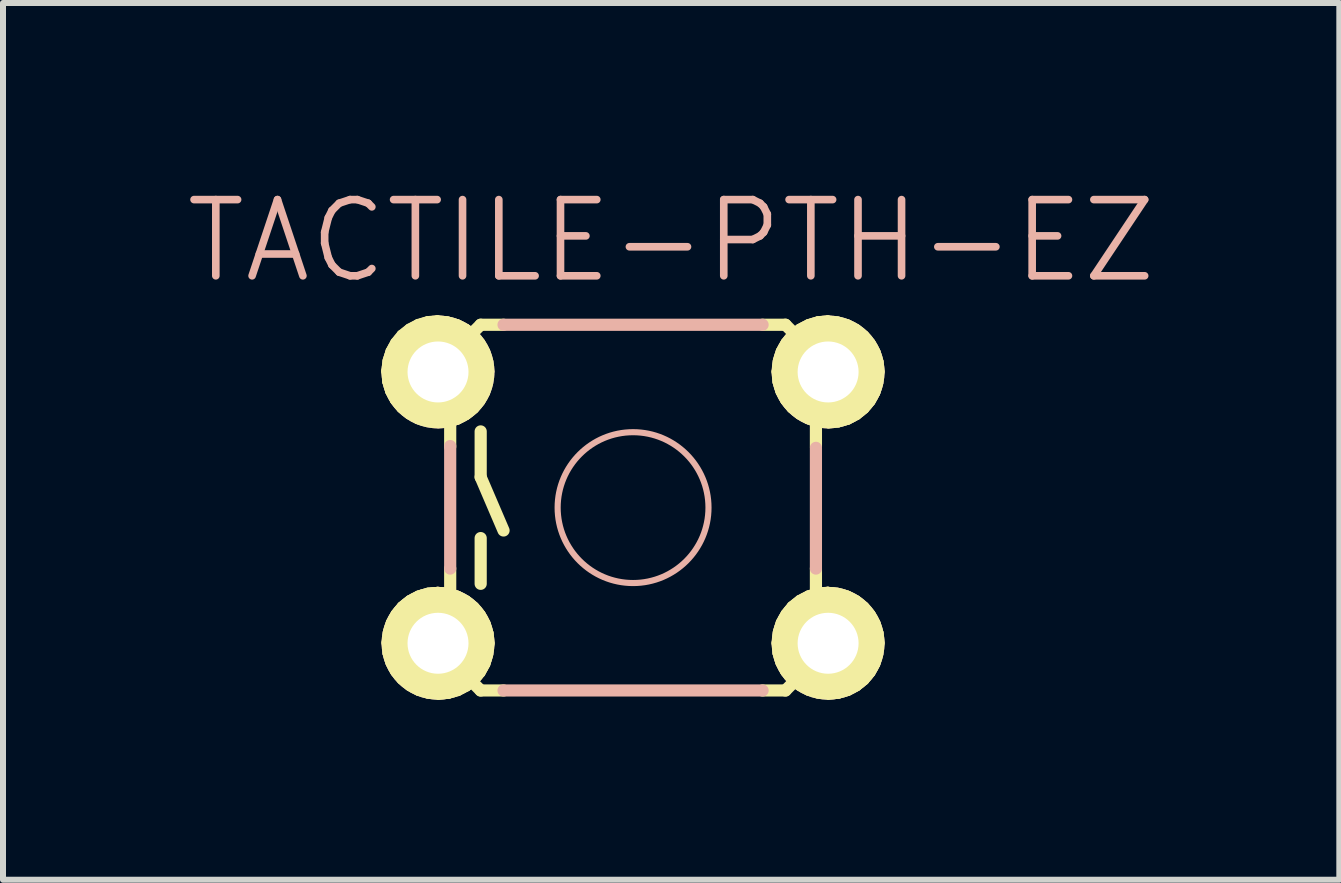
<source format=kicad_pcb>
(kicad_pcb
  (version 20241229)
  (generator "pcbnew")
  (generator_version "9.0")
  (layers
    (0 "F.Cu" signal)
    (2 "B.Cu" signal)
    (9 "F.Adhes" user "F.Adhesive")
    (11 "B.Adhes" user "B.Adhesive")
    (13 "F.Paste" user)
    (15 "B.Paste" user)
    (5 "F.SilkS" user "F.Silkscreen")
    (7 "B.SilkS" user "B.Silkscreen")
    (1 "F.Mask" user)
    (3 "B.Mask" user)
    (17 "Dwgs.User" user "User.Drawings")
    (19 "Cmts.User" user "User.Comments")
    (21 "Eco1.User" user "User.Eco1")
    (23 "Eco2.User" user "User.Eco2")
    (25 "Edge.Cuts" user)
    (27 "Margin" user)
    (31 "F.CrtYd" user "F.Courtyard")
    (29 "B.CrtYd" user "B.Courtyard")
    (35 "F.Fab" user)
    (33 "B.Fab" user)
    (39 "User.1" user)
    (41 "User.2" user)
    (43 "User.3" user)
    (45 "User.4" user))
  (footprint "TACTILE-PTH-EZ"
    (layer "F.Cu")
    (at 7.502 5.411)
    (property "Reference" "TACTILE-PTH-EZ" (at 0.635 -4.445 0) (layer "B.SilkS") (effects (font (size 1.27 1.27) (thickness 0.127))))
    (attr exclude_from_pos_files exclude_from_bom)
    (fp_line (start -4.133 -2.286) (end -4.133 -2.266) (stroke (width 0.127) (type solid)) (layer "F.SilkS"))
    (fp_line (start -4.133 -2.266) (end -4.117 -2.093) (stroke (width 0.127) (type solid)) (layer "F.SilkS"))
    (fp_line (start -4.128 2.24) (end -4.128 2.261) (stroke (width 0.127) (type solid)) (layer "F.SilkS"))
    (fp_line (start -4.128 2.261) (end -4.112 2.433) (stroke (width 0.127) (type solid)) (layer "F.SilkS"))
    (fp_line (start -4.117 -2.093) (end -4.067 -1.93) (stroke (width 0.127) (type solid)) (layer "F.SilkS"))
    (fp_line (start -4.112 -2.454) (end -4.133 -2.286) (stroke (width 0.127) (type solid)) (layer "F.SilkS"))
    (fp_line (start -4.112 2.433) (end -4.061 2.596) (stroke (width 0.127) (type solid)) (layer "F.SilkS"))
    (fp_line (start -4.107 2.073) (end -4.128 2.24) (stroke (width 0.127) (type solid)) (layer "F.SilkS"))
    (fp_line (start -4.067 -1.93) (end -3.985 -1.778) (stroke (width 0.127) (type solid)) (layer "F.SilkS"))
    (fp_line (start -4.061 -2.616) (end -4.112 -2.454) (stroke (width 0.127) (type solid)) (layer "F.SilkS"))
    (fp_line (start -4.061 2.596) (end -3.98 2.748) (stroke (width 0.127) (type solid)) (layer "F.SilkS"))
    (fp_line (start -4.056 1.91) (end -4.107 2.073) (stroke (width 0.127) (type solid)) (layer "F.SilkS"))
    (fp_line (start -3.985 -1.778) (end -3.876 -1.646) (stroke (width 0.127) (type solid)) (layer "F.SilkS"))
    (fp_line (start -3.98 -2.764) (end -4.061 -2.616) (stroke (width 0.127) (type solid)) (layer "F.SilkS"))
    (fp_line (start -3.98 2.748) (end -3.871 2.88) (stroke (width 0.127) (type solid)) (layer "F.SilkS"))
    (fp_line (start -3.975 1.763) (end -4.056 1.91) (stroke (width 0.127) (type solid)) (layer "F.SilkS"))
    (fp_line (start -3.876 -1.646) (end -3.741 -1.537) (stroke (width 0.127) (type solid)) (layer "F.SilkS"))
    (fp_line (start -3.873 -2.896) (end -3.98 -2.764) (stroke (width 0.127) (type solid)) (layer "F.SilkS"))
    (fp_line (start -3.871 2.88) (end -3.736 2.99) (stroke (width 0.127) (type solid)) (layer "F.SilkS"))
    (fp_line (start -3.868 1.631) (end -3.975 1.763) (stroke (width 0.127) (type solid)) (layer "F.SilkS"))
    (fp_line (start -3.741 -1.537) (end -3.592 -1.455) (stroke (width 0.127) (type solid)) (layer "F.SilkS"))
    (fp_line (start -3.739 -3.002) (end -3.873 -2.896) (stroke (width 0.127) (type solid)) (layer "F.SilkS"))
    (fp_line (start -3.736 2.99) (end -3.586 3.071) (stroke (width 0.127) (type solid)) (layer "F.SilkS"))
    (fp_line (start -3.734 1.524) (end -3.868 1.631) (stroke (width 0.127) (type solid)) (layer "F.SilkS"))
    (fp_line (start -3.688 -2.273) (end -3.688 -2.263) (stroke (width 0.127) (type solid)) (layer "F.SilkS"))
    (fp_line (start -3.688 -2.263) (end -3.678 -2.164) (stroke (width 0.127) (type solid)) (layer "F.SilkS"))
    (fp_line (start -3.683 2.253) (end -3.683 2.263) (stroke (width 0.127) (type solid)) (layer "F.SilkS"))
    (fp_line (start -3.683 2.263) (end -3.673 2.362) (stroke (width 0.127) (type solid)) (layer "F.SilkS"))
    (fp_line (start -3.678 -2.164) (end -3.645 -2.073) (stroke (width 0.127) (type solid)) (layer "F.SilkS"))
    (fp_line (start -3.675 -2.367) (end -3.688 -2.273) (stroke (width 0.127) (type solid)) (layer "F.SilkS"))
    (fp_line (start -3.673 2.362) (end -3.64 2.454) (stroke (width 0.127) (type solid)) (layer "F.SilkS"))
    (fp_line (start -3.67 2.159) (end -3.683 2.253) (stroke (width 0.127) (type solid)) (layer "F.SilkS"))
    (fp_line (start -3.645 -2.459) (end -3.675 -2.367) (stroke (width 0.127) (type solid)) (layer "F.SilkS"))
    (fp_line (start -3.645 -2.073) (end -3.594 -1.989) (stroke (width 0.127) (type solid)) (layer "F.SilkS"))
    (fp_line (start -3.64 2.068) (end -3.67 2.159) (stroke (width 0.127) (type solid)) (layer "F.SilkS"))
    (fp_line (start -3.64 2.454) (end -3.589 2.537) (stroke (width 0.127) (type solid)) (layer "F.SilkS"))
    (fp_line (start -3.594 -2.54) (end -3.645 -2.459) (stroke (width 0.127) (type solid)) (layer "F.SilkS"))
    (fp_line (start -3.594 -1.989) (end -3.526 -1.918) (stroke (width 0.127) (type solid)) (layer "F.SilkS"))
    (fp_line (start -3.592 -1.455) (end -3.426 -1.407) (stroke (width 0.127) (type solid)) (layer "F.SilkS"))
    (fp_line (start -3.589 -3.081) (end -3.739 -3.002) (stroke (width 0.127) (type solid)) (layer "F.SilkS"))
    (fp_line (start -3.589 1.986) (end -3.64 2.068) (stroke (width 0.127) (type solid)) (layer "F.SilkS"))
    (fp_line (start -3.589 2.537) (end -3.52 2.609) (stroke (width 0.127) (type solid)) (layer "F.SilkS"))
    (fp_line (start -3.586 3.071) (end -3.421 3.119) (stroke (width 0.127) (type solid)) (layer "F.SilkS"))
    (fp_line (start -3.584 1.445) (end -3.734 1.524) (stroke (width 0.127) (type solid)) (layer "F.SilkS"))
    (fp_line (start -3.526 -2.609) (end -3.594 -2.54) (stroke (width 0.127) (type solid)) (layer "F.SilkS"))
    (fp_line (start -3.526 -1.918) (end -3.444 -1.864) (stroke (width 0.127) (type solid)) (layer "F.SilkS"))
    (fp_line (start -3.52 1.918) (end -3.589 1.986) (stroke (width 0.127) (type solid)) (layer "F.SilkS"))
    (fp_line (start -3.52 2.609) (end -3.439 2.662) (stroke (width 0.127) (type solid)) (layer "F.SilkS"))
    (fp_line (start -3.444 -2.662) (end -3.526 -2.609) (stroke (width 0.127) (type solid)) (layer "F.SilkS"))
    (fp_line (start -3.444 -1.864) (end -3.353 -1.831) (stroke (width 0.127) (type solid)) (layer "F.SilkS"))
    (fp_line (start -3.439 1.864) (end -3.52 1.918) (stroke (width 0.127) (type solid)) (layer "F.SilkS"))
    (fp_line (start -3.439 2.662) (end -3.348 2.695) (stroke (width 0.127) (type solid)) (layer "F.SilkS"))
    (fp_line (start -3.426 -3.129) (end -3.589 -3.081) (stroke (width 0.127) (type solid)) (layer "F.SilkS"))
    (fp_line (start -3.426 -1.407) (end -3.256 -1.392) (stroke (width 0.127) (type solid)) (layer "F.SilkS"))
    (fp_line (start -3.421 1.397) (end -3.584 1.445) (stroke (width 0.127) (type solid)) (layer "F.SilkS"))
    (fp_line (start -3.421 3.119) (end -3.251 3.134) (stroke (width 0.127) (type solid)) (layer "F.SilkS"))
    (fp_line (start -3.353 -2.692) (end -3.444 -2.662) (stroke (width 0.127) (type solid)) (layer "F.SilkS"))
    (fp_line (start -3.353 -1.831) (end -3.254 -1.821) (stroke (width 0.127) (type solid)) (layer "F.SilkS"))
    (fp_line (start -3.348 1.834) (end -3.439 1.864) (stroke (width 0.127) (type solid)) (layer "F.SilkS"))
    (fp_line (start -3.348 2.695) (end -3.249 2.705) (stroke (width 0.127) (type solid)) (layer "F.SilkS"))
    (fp_line (start -3.264 -3.142) (end -3.259 -3.142) (stroke (width 0.127) (type solid)) (layer "F.SilkS"))
    (fp_line (start -3.259 -3.142) (end -3.426 -3.129) (stroke (width 0.127) (type solid)) (layer "F.SilkS"))
    (fp_line (start -3.259 -2.705) (end -3.353 -2.692) (stroke (width 0.127) (type solid)) (layer "F.SilkS"))
    (fp_line (start -3.259 1.384) (end -3.254 1.384) (stroke (width 0.127) (type solid)) (layer "F.SilkS"))
    (fp_line (start -3.256 -1.392) (end -3.249 -1.387) (stroke (width 0.127) (type solid)) (layer "F.SilkS"))
    (fp_line (start -3.254 -1.821) (end -3.226 -1.816) (stroke (width 0.127) (type solid)) (layer "F.SilkS"))
    (fp_line (start -3.254 1.384) (end -3.421 1.397) (stroke (width 0.127) (type solid)) (layer "F.SilkS"))
    (fp_line (start -3.254 1.821) (end -3.348 1.834) (stroke (width 0.127) (type solid)) (layer "F.SilkS"))
    (fp_line (start -3.251 3.134) (end -3.244 3.139) (stroke (width 0.127) (type solid)) (layer "F.SilkS"))
    (fp_line (start -3.249 -1.387) (end -3.078 -1.402) (stroke (width 0.127) (type solid)) (layer "F.SilkS"))
    (fp_line (start -3.249 2.705) (end -3.221 2.71) (stroke (width 0.127) (type solid)) (layer "F.SilkS"))
    (fp_line (start -3.246 -2.703) (end -3.259 -2.705) (stroke (width 0.127) (type solid)) (layer "F.SilkS"))
    (fp_line (start -3.244 3.139) (end -3.073 3.124) (stroke (width 0.127) (type solid)) (layer "F.SilkS"))
    (fp_line (start -3.241 1.824) (end -3.254 1.821) (stroke (width 0.127) (type solid)) (layer "F.SilkS"))
    (fp_line (start -3.226 -1.816) (end -3.129 -1.831) (stroke (width 0.127) (type solid)) (layer "F.SilkS"))
    (fp_line (start -3.221 2.71) (end -3.124 2.695) (stroke (width 0.127) (type solid)) (layer "F.SilkS"))
    (fp_line (start -3.147 -2.69) (end -3.246 -2.703) (stroke (width 0.127) (type solid)) (layer "F.SilkS"))
    (fp_line (start -3.142 1.836) (end -3.241 1.824) (stroke (width 0.127) (type solid)) (layer "F.SilkS"))
    (fp_line (start -3.129 -1.831) (end -3.038 -1.867) (stroke (width 0.127) (type solid)) (layer "F.SilkS"))
    (fp_line (start -3.124 2.695) (end -3.033 2.659) (stroke (width 0.127) (type solid)) (layer "F.SilkS"))
    (fp_line (start -3.094 -3.124) (end -3.264 -3.142) (stroke (width 0.127) (type solid)) (layer "F.SilkS"))
    (fp_line (start -3.089 1.402) (end -3.259 1.384) (stroke (width 0.127) (type solid)) (layer "F.SilkS"))
    (fp_line (start -3.078 -1.402) (end -2.918 -1.448) (stroke (width 0.127) (type solid)) (layer "F.SilkS"))
    (fp_line (start -3.073 3.124) (end -2.913 3.078) (stroke (width 0.127) (type solid)) (layer "F.SilkS"))
    (fp_line (start -3.056 -2.657) (end -3.147 -2.69) (stroke (width 0.127) (type solid)) (layer "F.SilkS"))
    (fp_line (start -3.051 1.869) (end -3.142 1.836) (stroke (width 0.127) (type solid)) (layer "F.SilkS"))
    (fp_line (start -3.048 -2.54) (end -3.048 -1.016) (stroke (width 0.203) (type solid)) (layer "F.SilkS"))
    (fp_line (start -3.048 2.54) (end -3.048 1.016) (stroke (width 0.203) (type solid)) (layer "F.SilkS"))
    (fp_line (start -3.038 -1.867) (end -2.959 -1.92) (stroke (width 0.127) (type solid)) (layer "F.SilkS"))
    (fp_line (start -3.033 2.659) (end -2.954 2.606) (stroke (width 0.127) (type solid)) (layer "F.SilkS"))
    (fp_line (start -2.972 -2.603) (end -3.056 -2.657) (stroke (width 0.127) (type solid)) (layer "F.SilkS"))
    (fp_line (start -2.967 1.923) (end -3.051 1.869) (stroke (width 0.127) (type solid)) (layer "F.SilkS"))
    (fp_line (start -2.959 -1.92) (end -2.893 -1.991) (stroke (width 0.127) (type solid)) (layer "F.SilkS"))
    (fp_line (start -2.954 2.606) (end -2.888 2.535) (stroke (width 0.127) (type solid)) (layer "F.SilkS"))
    (fp_line (start -2.926 -3.076) (end -3.094 -3.124) (stroke (width 0.127) (type solid)) (layer "F.SilkS"))
    (fp_line (start -2.921 1.45) (end -3.089 1.402) (stroke (width 0.127) (type solid)) (layer "F.SilkS"))
    (fp_line (start -2.918 -1.448) (end -2.769 -1.527) (stroke (width 0.127) (type solid)) (layer "F.SilkS"))
    (fp_line (start -2.913 3.078) (end -2.764 3) (stroke (width 0.127) (type solid)) (layer "F.SilkS"))
    (fp_line (start -2.903 -2.535) (end -2.972 -2.603) (stroke (width 0.127) (type solid)) (layer "F.SilkS"))
    (fp_line (start -2.898 1.991) (end -2.967 1.923) (stroke (width 0.127) (type solid)) (layer "F.SilkS"))
    (fp_line (start -2.893 -1.991) (end -2.845 -2.075) (stroke (width 0.127) (type solid)) (layer "F.SilkS"))
    (fp_line (start -2.888 2.535) (end -2.84 2.451) (stroke (width 0.127) (type solid)) (layer "F.SilkS"))
    (fp_line (start -2.85 -2.451) (end -2.903 -2.535) (stroke (width 0.127) (type solid)) (layer "F.SilkS"))
    (fp_line (start -2.845 -2.075) (end -2.814 -2.169) (stroke (width 0.127) (type solid)) (layer "F.SilkS"))
    (fp_line (start -2.845 2.075) (end -2.898 1.991) (stroke (width 0.127) (type solid)) (layer "F.SilkS"))
    (fp_line (start -2.84 2.451) (end -2.809 2.357) (stroke (width 0.127) (type solid)) (layer "F.SilkS"))
    (fp_line (start -2.819 -2.357) (end -2.85 -2.451) (stroke (width 0.127) (type solid)) (layer "F.SilkS"))
    (fp_line (start -2.814 -2.169) (end -2.809 -2.266) (stroke (width 0.127) (type solid)) (layer "F.SilkS"))
    (fp_line (start -2.814 2.169) (end -2.845 2.075) (stroke (width 0.127) (type solid)) (layer "F.SilkS"))
    (fp_line (start -2.809 -2.266) (end -2.809 -2.261) (stroke (width 0.127) (type solid)) (layer "F.SilkS"))
    (fp_line (start -2.809 -2.261) (end -2.819 -2.357) (stroke (width 0.127) (type solid)) (layer "F.SilkS"))
    (fp_line (start -2.809 2.357) (end -2.804 2.261) (stroke (width 0.127) (type solid)) (layer "F.SilkS"))
    (fp_line (start -2.804 2.261) (end -2.804 2.266) (stroke (width 0.127) (type solid)) (layer "F.SilkS"))
    (fp_line (start -2.804 2.266) (end -2.814 2.169) (stroke (width 0.127) (type solid)) (layer "F.SilkS"))
    (fp_line (start -2.774 -2.997) (end -2.926 -3.076) (stroke (width 0.127) (type solid)) (layer "F.SilkS"))
    (fp_line (start -2.769 -1.527) (end -2.637 -1.633) (stroke (width 0.127) (type solid)) (layer "F.SilkS"))
    (fp_line (start -2.769 1.529) (end -2.921 1.45) (stroke (width 0.127) (type solid)) (layer "F.SilkS"))
    (fp_line (start -2.764 3) (end -2.631 2.893) (stroke (width 0.127) (type solid)) (layer "F.SilkS"))
    (fp_line (start -2.639 -2.888) (end -2.774 -2.997) (stroke (width 0.127) (type solid)) (layer "F.SilkS"))
    (fp_line (start -2.637 -1.633) (end -2.53 -1.763) (stroke (width 0.127) (type solid)) (layer "F.SilkS"))
    (fp_line (start -2.634 1.638) (end -2.769 1.529) (stroke (width 0.127) (type solid)) (layer "F.SilkS"))
    (fp_line (start -2.631 2.893) (end -2.525 2.764) (stroke (width 0.127) (type solid)) (layer "F.SilkS"))
    (fp_line (start -2.54 -3.048) (end -3.048 -2.54) (stroke (width 0.203) (type solid)) (layer "F.SilkS"))
    (fp_line (start -2.54 -3.048) (end -2.159 -3.048) (stroke (width 0.203) (type solid)) (layer "F.SilkS"))
    (fp_line (start -2.54 -1.27) (end -2.54 -0.508) (stroke (width 0.203) (type solid)) (layer "F.SilkS"))
    (fp_line (start -2.54 -0.508) (end -2.159 0.381) (stroke (width 0.203) (type solid)) (layer "F.SilkS"))
    (fp_line (start -2.54 0.508) (end -2.54 1.27) (stroke (width 0.203) (type solid)) (layer "F.SilkS"))
    (fp_line (start -2.54 3.048) (end -3.048 2.54) (stroke (width 0.203) (type solid)) (layer "F.SilkS"))
    (fp_line (start -2.54 3.048) (end -2.159 3.048) (stroke (width 0.203) (type solid)) (layer "F.SilkS"))
    (fp_line (start -2.53 -2.756) (end -2.639 -2.888) (stroke (width 0.127) (type solid)) (layer "F.SilkS"))
    (fp_line (start -2.53 -1.763) (end -2.449 -1.91) (stroke (width 0.127) (type solid)) (layer "F.SilkS"))
    (fp_line (start -2.525 1.77) (end -2.634 1.638) (stroke (width 0.127) (type solid)) (layer "F.SilkS"))
    (fp_line (start -2.525 2.764) (end -2.443 2.616) (stroke (width 0.127) (type solid)) (layer "F.SilkS"))
    (fp_line (start -2.449 -1.91) (end -2.4 -2.073) (stroke (width 0.127) (type solid)) (layer "F.SilkS"))
    (fp_line (start -2.446 -2.603) (end -2.53 -2.756) (stroke (width 0.127) (type solid)) (layer "F.SilkS"))
    (fp_line (start -2.443 2.616) (end -2.395 2.454) (stroke (width 0.127) (type solid)) (layer "F.SilkS"))
    (fp_line (start -2.441 1.923) (end -2.525 1.77) (stroke (width 0.127) (type solid)) (layer "F.SilkS"))
    (fp_line (start -2.4 -2.073) (end -2.383 -2.24) (stroke (width 0.127) (type solid)) (layer "F.SilkS"))
    (fp_line (start -2.395 -2.438) (end -2.446 -2.603) (stroke (width 0.127) (type solid)) (layer "F.SilkS"))
    (fp_line (start -2.395 2.454) (end -2.377 2.286) (stroke (width 0.127) (type solid)) (layer "F.SilkS"))
    (fp_line (start -2.39 2.088) (end -2.441 1.923) (stroke (width 0.127) (type solid)) (layer "F.SilkS"))
    (fp_line (start -2.383 -2.24) (end -2.377 -2.268) (stroke (width 0.127) (type solid)) (layer "F.SilkS"))
    (fp_line (start -2.377 -2.268) (end -2.395 -2.438) (stroke (width 0.127) (type solid)) (layer "F.SilkS"))
    (fp_line (start -2.377 2.286) (end -2.372 2.258) (stroke (width 0.127) (type solid)) (layer "F.SilkS"))
    (fp_line (start -2.372 2.258) (end -2.39 2.088) (stroke (width 0.127) (type solid)) (layer "F.SilkS"))
    (fp_line (start 2.372 -2.263) (end 2.388 -2.09) (stroke (width 0.127) (type solid)) (layer "F.SilkS"))
    (fp_line (start 2.372 2.261) (end 2.388 2.431) (stroke (width 0.127) (type solid)) (layer "F.SilkS"))
    (fp_line (start 2.375 -2.283) (end 2.372 -2.263) (stroke (width 0.127) (type solid)) (layer "F.SilkS"))
    (fp_line (start 2.375 2.24) (end 2.372 2.261) (stroke (width 0.127) (type solid)) (layer "F.SilkS"))
    (fp_line (start 2.388 -2.09) (end 2.438 -1.928) (stroke (width 0.127) (type solid)) (layer "F.SilkS"))
    (fp_line (start 2.388 2.431) (end 2.438 2.593) (stroke (width 0.127) (type solid)) (layer "F.SilkS"))
    (fp_line (start 2.393 -2.451) (end 2.375 -2.283) (stroke (width 0.127) (type solid)) (layer "F.SilkS"))
    (fp_line (start 2.393 2.07) (end 2.375 2.24) (stroke (width 0.127) (type solid)) (layer "F.SilkS"))
    (fp_line (start 2.438 -1.928) (end 2.52 -1.775) (stroke (width 0.127) (type solid)) (layer "F.SilkS"))
    (fp_line (start 2.438 2.593) (end 2.52 2.746) (stroke (width 0.127) (type solid)) (layer "F.SilkS"))
    (fp_line (start 2.443 -2.614) (end 2.393 -2.451) (stroke (width 0.127) (type solid)) (layer "F.SilkS"))
    (fp_line (start 2.443 1.908) (end 2.393 2.07) (stroke (width 0.127) (type solid)) (layer "F.SilkS"))
    (fp_line (start 2.52 -1.775) (end 2.629 -1.643) (stroke (width 0.127) (type solid)) (layer "F.SilkS"))
    (fp_line (start 2.52 2.746) (end 2.629 2.878) (stroke (width 0.127) (type solid)) (layer "F.SilkS"))
    (fp_line (start 2.525 -2.761) (end 2.443 -2.614) (stroke (width 0.127) (type solid)) (layer "F.SilkS"))
    (fp_line (start 2.525 1.76) (end 2.443 1.908) (stroke (width 0.127) (type solid)) (layer "F.SilkS"))
    (fp_line (start 2.54 -3.048) (end 2.159 -3.048) (stroke (width 0.203) (type solid)) (layer "F.SilkS"))
    (fp_line (start 2.54 3.048) (end 2.159 3.048) (stroke (width 0.203) (type solid)) (layer "F.SilkS"))
    (fp_line (start 2.54 3.048) (end 3.048 2.54) (stroke (width 0.203) (type solid)) (layer "F.SilkS"))
    (fp_line (start 2.629 -1.643) (end 2.764 -1.534) (stroke (width 0.127) (type solid)) (layer "F.SilkS"))
    (fp_line (start 2.629 2.878) (end 2.764 2.987) (stroke (width 0.127) (type solid)) (layer "F.SilkS"))
    (fp_line (start 2.631 -2.893) (end 2.525 -2.761) (stroke (width 0.127) (type solid)) (layer "F.SilkS"))
    (fp_line (start 2.631 1.628) (end 2.525 1.76) (stroke (width 0.127) (type solid)) (layer "F.SilkS"))
    (fp_line (start 2.764 -1.534) (end 2.913 -1.453) (stroke (width 0.127) (type solid)) (layer "F.SilkS"))
    (fp_line (start 2.764 2.987) (end 2.913 3.068) (stroke (width 0.127) (type solid)) (layer "F.SilkS"))
    (fp_line (start 2.766 -3) (end 2.631 -2.893) (stroke (width 0.127) (type solid)) (layer "F.SilkS"))
    (fp_line (start 2.766 1.521) (end 2.631 1.628) (stroke (width 0.127) (type solid)) (layer "F.SilkS"))
    (fp_line (start 2.819 -2.271) (end 2.819 -2.261) (stroke (width 0.127) (type solid)) (layer "F.SilkS"))
    (fp_line (start 2.819 -2.261) (end 2.827 -2.162) (stroke (width 0.127) (type solid)) (layer "F.SilkS"))
    (fp_line (start 2.819 2.253) (end 2.819 2.261) (stroke (width 0.127) (type solid)) (layer "F.SilkS"))
    (fp_line (start 2.819 2.261) (end 2.827 2.36) (stroke (width 0.127) (type solid)) (layer "F.SilkS"))
    (fp_line (start 2.827 -2.162) (end 2.86 -2.07) (stroke (width 0.127) (type solid)) (layer "F.SilkS"))
    (fp_line (start 2.827 2.36) (end 2.86 2.451) (stroke (width 0.127) (type solid)) (layer "F.SilkS"))
    (fp_line (start 2.83 -2.365) (end 2.819 -2.271) (stroke (width 0.127) (type solid)) (layer "F.SilkS"))
    (fp_line (start 2.83 2.156) (end 2.819 2.253) (stroke (width 0.127) (type solid)) (layer "F.SilkS"))
    (fp_line (start 2.86 -2.456) (end 2.83 -2.365) (stroke (width 0.127) (type solid)) (layer "F.SilkS"))
    (fp_line (start 2.86 -2.07) (end 2.911 -1.986) (stroke (width 0.127) (type solid)) (layer "F.SilkS"))
    (fp_line (start 2.86 2.065) (end 2.83 2.156) (stroke (width 0.127) (type solid)) (layer "F.SilkS"))
    (fp_line (start 2.86 2.451) (end 2.911 2.535) (stroke (width 0.127) (type solid)) (layer "F.SilkS"))
    (fp_line (start 2.911 -2.537) (end 2.86 -2.456) (stroke (width 0.127) (type solid)) (layer "F.SilkS"))
    (fp_line (start 2.911 -1.986) (end 2.979 -1.915) (stroke (width 0.127) (type solid)) (layer "F.SilkS"))
    (fp_line (start 2.911 1.984) (end 2.86 2.065) (stroke (width 0.127) (type solid)) (layer "F.SilkS"))
    (fp_line (start 2.911 2.535) (end 2.979 2.606) (stroke (width 0.127) (type solid)) (layer "F.SilkS"))
    (fp_line (start 2.913 -1.453) (end 3.078 -1.405) (stroke (width 0.127) (type solid)) (layer "F.SilkS"))
    (fp_line (start 2.913 3.068) (end 3.078 3.117) (stroke (width 0.127) (type solid)) (layer "F.SilkS"))
    (fp_line (start 2.916 -3.078) (end 2.766 -3) (stroke (width 0.127) (type solid)) (layer "F.SilkS"))
    (fp_line (start 2.916 1.443) (end 2.766 1.521) (stroke (width 0.127) (type solid)) (layer "F.SilkS"))
    (fp_line (start 2.979 -2.606) (end 2.911 -2.537) (stroke (width 0.127) (type solid)) (layer "F.SilkS"))
    (fp_line (start 2.979 -1.915) (end 3.061 -1.862) (stroke (width 0.127) (type solid)) (layer "F.SilkS"))
    (fp_line (start 2.979 1.915) (end 2.911 1.984) (stroke (width 0.127) (type solid)) (layer "F.SilkS"))
    (fp_line (start 2.979 2.606) (end 3.061 2.659) (stroke (width 0.127) (type solid)) (layer "F.SilkS"))
    (fp_line (start 3.048 -2.54) (end 2.54 -3.048) (stroke (width 0.203) (type solid)) (layer "F.SilkS"))
    (fp_line (start 3.048 -1.016) (end 3.048 -2.54) (stroke (width 0.203) (type solid)) (layer "F.SilkS"))
    (fp_line (start 3.048 2.54) (end 3.048 1.016) (stroke (width 0.203) (type solid)) (layer "F.SilkS"))
    (fp_line (start 3.061 -2.659) (end 2.979 -2.606) (stroke (width 0.127) (type solid)) (layer "F.SilkS"))
    (fp_line (start 3.061 -1.862) (end 3.152 -1.829) (stroke (width 0.127) (type solid)) (layer "F.SilkS"))
    (fp_line (start 3.061 1.864) (end 2.979 1.915) (stroke (width 0.127) (type solid)) (layer "F.SilkS"))
    (fp_line (start 3.061 2.659) (end 3.152 2.692) (stroke (width 0.127) (type solid)) (layer "F.SilkS"))
    (fp_line (start 3.078 -3.127) (end 2.916 -3.078) (stroke (width 0.127) (type solid)) (layer "F.SilkS"))
    (fp_line (start 3.078 -1.405) (end 3.251 -1.389) (stroke (width 0.127) (type solid)) (layer "F.SilkS"))
    (fp_line (start 3.078 1.394) (end 2.916 1.443) (stroke (width 0.127) (type solid)) (layer "F.SilkS"))
    (fp_line (start 3.078 3.117) (end 3.251 3.132) (stroke (width 0.127) (type solid)) (layer "F.SilkS"))
    (fp_line (start 3.152 -2.69) (end 3.061 -2.659) (stroke (width 0.127) (type solid)) (layer "F.SilkS"))
    (fp_line (start 3.152 -1.829) (end 3.251 -1.819) (stroke (width 0.127) (type solid)) (layer "F.SilkS"))
    (fp_line (start 3.152 1.831) (end 3.061 1.864) (stroke (width 0.127) (type solid)) (layer "F.SilkS"))
    (fp_line (start 3.152 2.692) (end 3.251 2.703) (stroke (width 0.127) (type solid)) (layer "F.SilkS"))
    (fp_line (start 3.241 -3.139) (end 3.246 -3.142) (stroke (width 0.127) (type solid)) (layer "F.SilkS"))
    (fp_line (start 3.241 1.384) (end 3.246 1.382) (stroke (width 0.127) (type solid)) (layer "F.SilkS"))
    (fp_line (start 3.246 -3.142) (end 3.078 -3.127) (stroke (width 0.127) (type solid)) (layer "F.SilkS"))
    (fp_line (start 3.246 -2.703) (end 3.152 -2.69) (stroke (width 0.127) (type solid)) (layer "F.SilkS"))
    (fp_line (start 3.246 1.382) (end 3.078 1.394) (stroke (width 0.127) (type solid)) (layer "F.SilkS"))
    (fp_line (start 3.246 1.821) (end 3.152 1.831) (stroke (width 0.127) (type solid)) (layer "F.SilkS"))
    (fp_line (start 3.251 -1.819) (end 3.279 -1.814) (stroke (width 0.127) (type solid)) (layer "F.SilkS"))
    (fp_line (start 3.251 -1.389) (end 3.256 -1.384) (stroke (width 0.127) (type solid)) (layer "F.SilkS"))
    (fp_line (start 3.251 2.703) (end 3.279 2.708) (stroke (width 0.127) (type solid)) (layer "F.SilkS"))
    (fp_line (start 3.251 3.132) (end 3.256 3.137) (stroke (width 0.127) (type solid)) (layer "F.SilkS"))
    (fp_line (start 3.256 -1.384) (end 3.426 -1.4) (stroke (width 0.127) (type solid)) (layer "F.SilkS"))
    (fp_line (start 3.256 3.137) (end 3.426 3.122) (stroke (width 0.127) (type solid)) (layer "F.SilkS"))
    (fp_line (start 3.259 -2.7) (end 3.246 -2.703) (stroke (width 0.127) (type solid)) (layer "F.SilkS"))
    (fp_line (start 3.259 1.821) (end 3.246 1.821) (stroke (width 0.127) (type solid)) (layer "F.SilkS"))
    (fp_line (start 3.279 -1.814) (end 3.376 -1.829) (stroke (width 0.127) (type solid)) (layer "F.SilkS"))
    (fp_line (start 3.279 2.708) (end 3.376 2.692) (stroke (width 0.127) (type solid)) (layer "F.SilkS"))
    (fp_line (start 3.358 -2.687) (end 3.259 -2.7) (stroke (width 0.127) (type solid)) (layer "F.SilkS"))
    (fp_line (start 3.358 1.834) (end 3.259 1.821) (stroke (width 0.127) (type solid)) (layer "F.SilkS"))
    (fp_line (start 3.376 -1.829) (end 3.467 -1.864) (stroke (width 0.127) (type solid)) (layer "F.SilkS"))
    (fp_line (start 3.376 2.692) (end 3.467 2.657) (stroke (width 0.127) (type solid)) (layer "F.SilkS"))
    (fp_line (start 3.411 -3.122) (end 3.241 -3.139) (stroke (width 0.127) (type solid)) (layer "F.SilkS"))
    (fp_line (start 3.411 1.4) (end 3.241 1.384) (stroke (width 0.127) (type solid)) (layer "F.SilkS"))
    (fp_line (start 3.426 -1.4) (end 3.586 -1.445) (stroke (width 0.127) (type solid)) (layer "F.SilkS"))
    (fp_line (start 3.426 3.122) (end 3.586 3.076) (stroke (width 0.127) (type solid)) (layer "F.SilkS"))
    (fp_line (start 3.449 -2.654) (end 3.358 -2.687) (stroke (width 0.127) (type solid)) (layer "F.SilkS"))
    (fp_line (start 3.449 1.867) (end 3.358 1.834) (stroke (width 0.127) (type solid)) (layer "F.SilkS"))
    (fp_line (start 3.467 -1.864) (end 3.546 -1.918) (stroke (width 0.127) (type solid)) (layer "F.SilkS"))
    (fp_line (start 3.467 2.657) (end 3.546 2.603) (stroke (width 0.127) (type solid)) (layer "F.SilkS"))
    (fp_line (start 3.533 -2.601) (end 3.449 -2.654) (stroke (width 0.127) (type solid)) (layer "F.SilkS"))
    (fp_line (start 3.533 1.92) (end 3.449 1.867) (stroke (width 0.127) (type solid)) (layer "F.SilkS"))
    (fp_line (start 3.546 -1.918) (end 3.612 -1.989) (stroke (width 0.127) (type solid)) (layer "F.SilkS"))
    (fp_line (start 3.546 2.603) (end 3.612 2.532) (stroke (width 0.127) (type solid)) (layer "F.SilkS"))
    (fp_line (start 3.579 -3.073) (end 3.411 -3.122) (stroke (width 0.127) (type solid)) (layer "F.SilkS"))
    (fp_line (start 3.579 1.448) (end 3.411 1.4) (stroke (width 0.127) (type solid)) (layer "F.SilkS"))
    (fp_line (start 3.586 -1.445) (end 3.736 -1.524) (stroke (width 0.127) (type solid)) (layer "F.SilkS"))
    (fp_line (start 3.586 3.076) (end 3.736 2.997) (stroke (width 0.127) (type solid)) (layer "F.SilkS"))
    (fp_line (start 3.602 -2.532) (end 3.533 -2.601) (stroke (width 0.127) (type solid)) (layer "F.SilkS"))
    (fp_line (start 3.602 1.989) (end 3.533 1.92) (stroke (width 0.127) (type solid)) (layer "F.SilkS"))
    (fp_line (start 3.612 -1.989) (end 3.66 -2.073) (stroke (width 0.127) (type solid)) (layer "F.SilkS"))
    (fp_line (start 3.612 2.532) (end 3.66 2.449) (stroke (width 0.127) (type solid)) (layer "F.SilkS"))
    (fp_line (start 3.655 -2.449) (end 3.602 -2.532) (stroke (width 0.127) (type solid)) (layer "F.SilkS"))
    (fp_line (start 3.655 2.073) (end 3.602 1.989) (stroke (width 0.127) (type solid)) (layer "F.SilkS"))
    (fp_line (start 3.66 -2.073) (end 3.691 -2.167) (stroke (width 0.127) (type solid)) (layer "F.SilkS"))
    (fp_line (start 3.66 2.449) (end 3.691 2.355) (stroke (width 0.127) (type solid)) (layer "F.SilkS"))
    (fp_line (start 3.686 -2.355) (end 3.655 -2.449) (stroke (width 0.127) (type solid)) (layer "F.SilkS"))
    (fp_line (start 3.686 2.167) (end 3.655 2.073) (stroke (width 0.127) (type solid)) (layer "F.SilkS"))
    (fp_line (start 3.691 -2.167) (end 3.696 -2.263) (stroke (width 0.127) (type solid)) (layer "F.SilkS"))
    (fp_line (start 3.691 2.355) (end 3.696 2.258) (stroke (width 0.127) (type solid)) (layer "F.SilkS"))
    (fp_line (start 3.696 -2.263) (end 3.696 -2.258) (stroke (width 0.127) (type solid)) (layer "F.SilkS"))
    (fp_line (start 3.696 -2.258) (end 3.686 -2.355) (stroke (width 0.127) (type solid)) (layer "F.SilkS"))
    (fp_line (start 3.696 2.258) (end 3.696 2.266) (stroke (width 0.127) (type solid)) (layer "F.SilkS"))
    (fp_line (start 3.696 2.266) (end 3.686 2.167) (stroke (width 0.127) (type solid)) (layer "F.SilkS"))
    (fp_line (start 3.731 -2.995) (end 3.579 -3.073) (stroke (width 0.127) (type solid)) (layer "F.SilkS"))
    (fp_line (start 3.731 1.527) (end 3.579 1.448) (stroke (width 0.127) (type solid)) (layer "F.SilkS"))
    (fp_line (start 3.736 -1.524) (end 3.868 -1.631) (stroke (width 0.127) (type solid)) (layer "F.SilkS"))
    (fp_line (start 3.736 2.997) (end 3.868 2.891) (stroke (width 0.127) (type solid)) (layer "F.SilkS"))
    (fp_line (start 3.866 -2.885) (end 3.731 -2.995) (stroke (width 0.127) (type solid)) (layer "F.SilkS"))
    (fp_line (start 3.866 1.636) (end 3.731 1.527) (stroke (width 0.127) (type solid)) (layer "F.SilkS"))
    (fp_line (start 3.868 -1.631) (end 3.975 -1.76) (stroke (width 0.127) (type solid)) (layer "F.SilkS"))
    (fp_line (start 3.868 2.891) (end 3.975 2.761) (stroke (width 0.127) (type solid)) (layer "F.SilkS"))
    (fp_line (start 3.975 -2.753) (end 3.866 -2.885) (stroke (width 0.127) (type solid)) (layer "F.SilkS"))
    (fp_line (start 3.975 -1.76) (end 4.056 -1.908) (stroke (width 0.127) (type solid)) (layer "F.SilkS"))
    (fp_line (start 3.975 1.768) (end 3.866 1.636) (stroke (width 0.127) (type solid)) (layer "F.SilkS"))
    (fp_line (start 3.975 2.761) (end 4.056 2.614) (stroke (width 0.127) (type solid)) (layer "F.SilkS"))
    (fp_line (start 4.056 -1.908) (end 4.105 -2.07) (stroke (width 0.127) (type solid)) (layer "F.SilkS"))
    (fp_line (start 4.056 2.614) (end 4.105 2.451) (stroke (width 0.127) (type solid)) (layer "F.SilkS"))
    (fp_line (start 4.059 -2.601) (end 3.975 -2.753) (stroke (width 0.127) (type solid)) (layer "F.SilkS"))
    (fp_line (start 4.059 1.92) (end 3.975 1.768) (stroke (width 0.127) (type solid)) (layer "F.SilkS"))
    (fp_line (start 4.105 -2.07) (end 4.122 -2.238) (stroke (width 0.127) (type solid)) (layer "F.SilkS"))
    (fp_line (start 4.105 2.451) (end 4.122 2.286) (stroke (width 0.127) (type solid)) (layer "F.SilkS"))
    (fp_line (start 4.11 -2.436) (end 4.059 -2.601) (stroke (width 0.127) (type solid)) (layer "F.SilkS"))
    (fp_line (start 4.11 2.085) (end 4.059 1.92) (stroke (width 0.127) (type solid)) (layer "F.SilkS"))
    (fp_line (start 4.122 -2.238) (end 4.128 -2.266) (stroke (width 0.127) (type solid)) (layer "F.SilkS"))
    (fp_line (start 4.122 2.286) (end 4.128 2.256) (stroke (width 0.127) (type solid)) (layer "F.SilkS"))
    (fp_line (start 4.128 -2.266) (end 4.11 -2.436) (stroke (width 0.127) (type solid)) (layer "F.SilkS"))
    (fp_line (start 4.128 2.256) (end 4.11 2.085) (stroke (width 0.127) (type solid)) (layer "F.SilkS"))
    (fp_line (start -3.048 -1.026) (end -3.048 1.016) (stroke (width 0.203) (type solid)) (layer "B.SilkS"))
    (fp_line (start -2.159 3.048) (end 2.159 3.048) (stroke (width 0.203) (type solid)) (layer "B.SilkS"))
    (fp_line (start 2.159 -3.048) (end -2.159 -3.048) (stroke (width 0.203) (type solid)) (layer "B.SilkS"))
    (fp_line (start 3.048 -0.996) (end 3.048 1.016) (stroke (width 0.203) (type solid)) (layer "B.SilkS"))
    (fp_circle (center 0 0) (end -0.889 0.889) (stroke (width 0.102) (type solid)) (fill no) (layer "B.SilkS"))
    (pad "1" thru_hole circle (at -3.251 -2.261) (size 1.88 1.88) (drill 1.016) (layers "*.Cu" "F.Mask" "F.SilkS" "F.Paste"))
    (pad "2" thru_hole circle (at 3.251 -2.261) (size 1.88 1.88) (drill 1.016) (layers "*.Cu" "F.Mask" "F.SilkS" "F.Paste"))
    (pad "3" thru_hole circle (at -3.251 2.261) (size 1.88 1.88) (drill 1.016) (layers "*.Cu" "F.Mask" "F.SilkS" "F.Paste"))
    (pad "4" thru_hole circle (at 3.251 2.261) (size 1.88 1.88) (drill 1.016) (layers "*.Cu" "F.Mask" "F.SilkS" "F.Paste")))
  (gr_rect
    (start -3 -3)
    (end 19.274 11.614)
    (stroke (width 0.1) (type default))
    (fill no)
    (layer "Edge.Cuts")))
</source>
